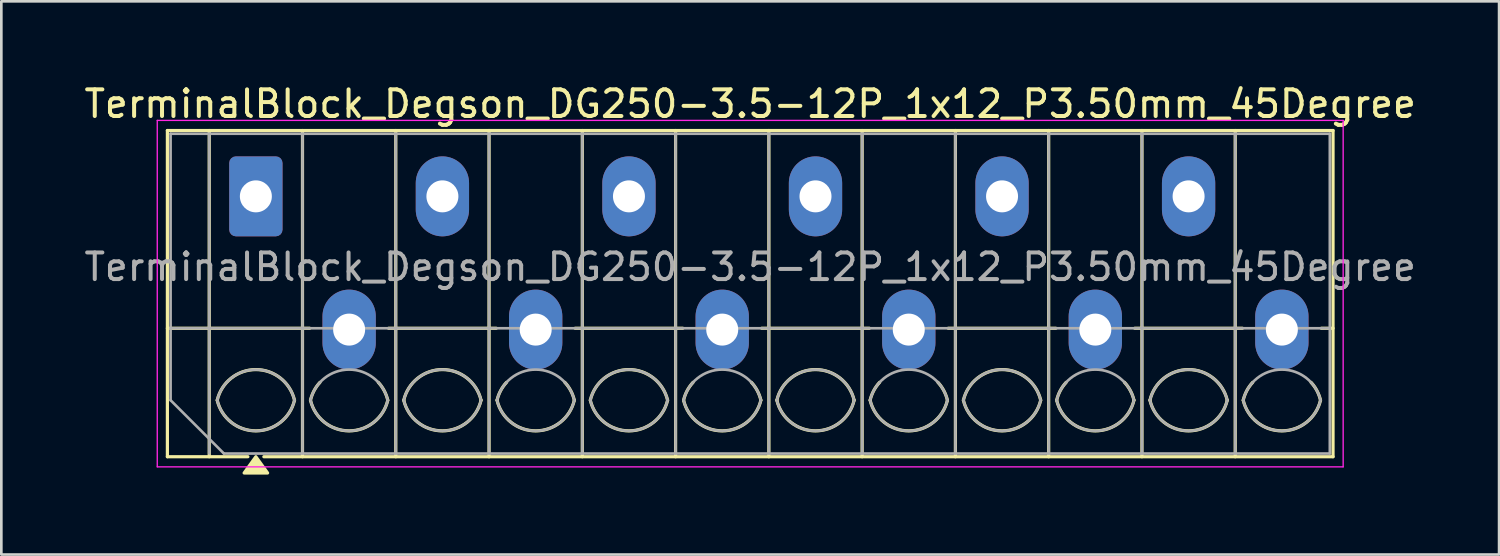
<source format=kicad_pcb>
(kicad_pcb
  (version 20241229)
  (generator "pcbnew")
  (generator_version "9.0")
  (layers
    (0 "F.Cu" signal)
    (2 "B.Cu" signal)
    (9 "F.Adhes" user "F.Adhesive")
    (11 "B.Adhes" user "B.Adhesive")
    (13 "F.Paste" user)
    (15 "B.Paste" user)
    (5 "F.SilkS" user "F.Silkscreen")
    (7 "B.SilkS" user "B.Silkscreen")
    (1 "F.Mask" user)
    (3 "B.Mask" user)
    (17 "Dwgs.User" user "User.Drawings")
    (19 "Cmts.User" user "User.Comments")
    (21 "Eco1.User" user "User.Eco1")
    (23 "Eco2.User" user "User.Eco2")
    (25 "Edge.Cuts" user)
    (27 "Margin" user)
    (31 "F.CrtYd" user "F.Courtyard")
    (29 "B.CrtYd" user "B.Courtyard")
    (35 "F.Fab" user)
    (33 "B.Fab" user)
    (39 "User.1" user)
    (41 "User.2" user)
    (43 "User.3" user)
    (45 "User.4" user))
  (footprint "TerminalBlock_Degson_DG250-3.5-12P_1x12_P3.50mm_45Degree"
    (layer "F.Cu")
    (at 6.551 4.318)
    (property "Reference" "TerminalBlock_Degson_DG250-3.5-12P_1x12_P3.50mm_45Degree" (at 18.55 -3.47 0) (layer "F.SilkS") (effects (font (size 1 1) (thickness 0.15))))
    (attr through_hole)
    (fp_line (start -3.32 -2.47) (end 40.42 -2.47) (stroke (width 0.12) (type solid)) (layer "F.SilkS"))
    (fp_line (start -3.32 4.95) (end 2.02 4.95) (stroke (width 0.12) (type solid)) (layer "F.SilkS"))
    (fp_line (start -3.32 9.77) (end -3.32 -2.47) (stroke (width 0.12) (type solid)) (layer "F.SilkS"))
    (fp_line (start -1.75 -2.47) (end -1.75 9.77) (stroke (width 0.12) (type solid)) (layer "F.SilkS"))
    (fp_line (start -0.3 9.77) (end -3.32 9.77) (stroke (width 0.12) (type solid)) (layer "F.SilkS"))
    (fp_line (start 1.75 -2.47) (end 1.75 9.77) (stroke (width 0.12) (type solid)) (layer "F.SilkS"))
    (fp_line (start 4.98 4.95) (end 9.02 4.95) (stroke (width 0.12) (type solid)) (layer "F.SilkS"))
    (fp_line (start 5.25 -2.47) (end 5.25 9.77) (stroke (width 0.12) (type solid)) (layer "F.SilkS"))
    (fp_line (start 8.75 -2.47) (end 8.75 9.77) (stroke (width 0.12) (type solid)) (layer "F.SilkS"))
    (fp_line (start 11.98 4.95) (end 16.02 4.95) (stroke (width 0.12) (type solid)) (layer "F.SilkS"))
    (fp_line (start 12.25 -2.47) (end 12.25 9.77) (stroke (width 0.12) (type solid)) (layer "F.SilkS"))
    (fp_line (start 15.75 -2.47) (end 15.75 9.77) (stroke (width 0.12) (type solid)) (layer "F.SilkS"))
    (fp_line (start 18.98 4.95) (end 23.02 4.95) (stroke (width 0.12) (type solid)) (layer "F.SilkS"))
    (fp_line (start 19.25 -2.47) (end 19.25 9.77) (stroke (width 0.12) (type solid)) (layer "F.SilkS"))
    (fp_line (start 22.75 -2.47) (end 22.75 9.77) (stroke (width 0.12) (type solid)) (layer "F.SilkS"))
    (fp_line (start 25.98 4.95) (end 30.02 4.95) (stroke (width 0.12) (type solid)) (layer "F.SilkS"))
    (fp_line (start 26.25 -2.47) (end 26.25 9.77) (stroke (width 0.12) (type solid)) (layer "F.SilkS"))
    (fp_line (start 29.75 -2.47) (end 29.75 9.77) (stroke (width 0.12) (type solid)) (layer "F.SilkS"))
    (fp_line (start 32.98 4.95) (end 37.02 4.95) (stroke (width 0.12) (type solid)) (layer "F.SilkS"))
    (fp_line (start 33.25 -2.47) (end 33.25 9.77) (stroke (width 0.12) (type solid)) (layer "F.SilkS"))
    (fp_line (start 36.75 -2.47) (end 36.75 9.77) (stroke (width 0.12) (type solid)) (layer "F.SilkS"))
    (fp_line (start 39.98 4.95) (end 40.42 4.95) (stroke (width 0.12) (type solid)) (layer "F.SilkS"))
    (fp_line (start 40.42 -2.47) (end 40.42 9.77) (stroke (width 0.12) (type solid)) (layer "F.SilkS"))
    (fp_line (start 40.42 9.77) (end 0.3 9.77) (stroke (width 0.12) (type solid)) (layer "F.SilkS"))
    (fp_arc (start -1.45 7.65) (mid 0 6.5) (end 1.45 7.65) (stroke (width 0.12) (type solid)) (layer "F.SilkS"))
    (fp_arc (start 1.45 7.65) (mid 0 8.8) (end -1.45 7.65) (stroke (width 0.12) (type solid)) (layer "F.SilkS"))
    (fp_arc (start 2.05 7.65) (mid 2.18402 7.291962) (end 2.405 6.98) (stroke (width 0.12) (type solid)) (layer "F.SilkS"))
    (fp_arc (start 4.595 6.98) (mid 4.81598 7.291962) (end 4.95 7.65) (stroke (width 0.12) (type solid)) (layer "F.SilkS"))
    (fp_arc (start 4.95 7.65) (mid 3.5 8.8) (end 2.05 7.65) (stroke (width 0.12) (type solid)) (layer "F.SilkS"))
    (fp_arc (start 5.55 7.65) (mid 7 6.5) (end 8.45 7.65) (stroke (width 0.12) (type solid)) (layer "F.SilkS"))
    (fp_arc (start 8.45 7.65) (mid 7 8.8) (end 5.55 7.65) (stroke (width 0.12) (type solid)) (layer "F.SilkS"))
    (fp_arc (start 9.05 7.65) (mid 9.18402 7.291962) (end 9.405 6.98) (stroke (width 0.12) (type solid)) (layer "F.SilkS"))
    (fp_arc (start 11.595 6.98) (mid 11.81598 7.291962) (end 11.95 7.65) (stroke (width 0.12) (type solid)) (layer "F.SilkS"))
    (fp_arc (start 11.95 7.65) (mid 10.5 8.8) (end 9.05 7.65) (stroke (width 0.12) (type solid)) (layer "F.SilkS"))
    (fp_arc (start 12.55 7.65) (mid 14 6.5) (end 15.45 7.65) (stroke (width 0.12) (type solid)) (layer "F.SilkS"))
    (fp_arc (start 15.45 7.65) (mid 14 8.8) (end 12.55 7.65) (stroke (width 0.12) (type solid)) (layer "F.SilkS"))
    (fp_arc (start 16.05 7.65) (mid 16.18402 7.291962) (end 16.405 6.98) (stroke (width 0.12) (type solid)) (layer "F.SilkS"))
    (fp_arc (start 18.595 6.98) (mid 18.81598 7.291962) (end 18.95 7.65) (stroke (width 0.12) (type solid)) (layer "F.SilkS"))
    (fp_arc (start 18.95 7.65) (mid 17.5 8.8) (end 16.05 7.65) (stroke (width 0.12) (type solid)) (layer "F.SilkS"))
    (fp_arc (start 19.55 7.65) (mid 21 6.5) (end 22.45 7.65) (stroke (width 0.12) (type solid)) (layer "F.SilkS"))
    (fp_arc (start 22.45 7.65) (mid 21 8.8) (end 19.55 7.65) (stroke (width 0.12) (type solid)) (layer "F.SilkS"))
    (fp_arc (start 23.05 7.65) (mid 23.18402 7.291962) (end 23.405 6.98) (stroke (width 0.12) (type solid)) (layer "F.SilkS"))
    (fp_arc (start 25.595 6.98) (mid 25.81598 7.291962) (end 25.95 7.65) (stroke (width 0.12) (type solid)) (layer "F.SilkS"))
    (fp_arc (start 25.95 7.65) (mid 24.5 8.8) (end 23.05 7.65) (stroke (width 0.12) (type solid)) (layer "F.SilkS"))
    (fp_arc (start 26.55 7.65) (mid 28 6.5) (end 29.45 7.65) (stroke (width 0.12) (type solid)) (layer "F.SilkS"))
    (fp_arc (start 29.45 7.65) (mid 28 8.8) (end 26.55 7.65) (stroke (width 0.12) (type solid)) (layer "F.SilkS"))
    (fp_arc (start 30.05 7.65) (mid 30.18402 7.291962) (end 30.405 6.98) (stroke (width 0.12) (type solid)) (layer "F.SilkS"))
    (fp_arc (start 32.595 6.98) (mid 32.81598 7.291962) (end 32.95 7.65) (stroke (width 0.12) (type solid)) (layer "F.SilkS"))
    (fp_arc (start 32.95 7.65) (mid 31.5 8.8) (end 30.05 7.65) (stroke (width 0.12) (type solid)) (layer "F.SilkS"))
    (fp_arc (start 33.55 7.65) (mid 35 6.5) (end 36.45 7.65) (stroke (width 0.12) (type solid)) (layer "F.SilkS"))
    (fp_arc (start 36.45 7.65) (mid 35 8.8) (end 33.55 7.65) (stroke (width 0.12) (type solid)) (layer "F.SilkS"))
    (fp_arc (start 37.05 7.65) (mid 37.18402 7.291962) (end 37.405 6.98) (stroke (width 0.12) (type solid)) (layer "F.SilkS"))
    (fp_arc (start 39.595 6.98) (mid 39.81598 7.291962) (end 39.95 7.65) (stroke (width 0.12) (type solid)) (layer "F.SilkS"))
    (fp_arc (start 39.95 7.65) (mid 38.5 8.8) (end 37.05 7.65) (stroke (width 0.12) (type solid)) (layer "F.SilkS"))
    (fp_poly (pts (xy 0 9.77) (xy 0.44 10.38) (xy -0.44 10.38)) (stroke (width 0.12) (type solid)) (fill yes) (layer "F.SilkS"))
    (fp_line (start -3.7 -2.85) (end -3.7 10.15) (stroke (width 0.05) (type solid)) (layer "F.CrtYd"))
    (fp_line (start -3.7 10.15) (end 40.8 10.15) (stroke (width 0.05) (type solid)) (layer "F.CrtYd"))
    (fp_line (start 40.8 -2.85) (end -3.7 -2.85) (stroke (width 0.05) (type solid)) (layer "F.CrtYd"))
    (fp_line (start 40.8 10.15) (end 40.8 -2.85) (stroke (width 0.05) (type solid)) (layer "F.CrtYd"))
    (fp_line (start -3.2 -2.35) (end 40.3 -2.35) (stroke (width 0.1) (type solid)) (layer "F.Fab"))
    (fp_line (start -3.2 4.95) (end 40.3 4.95) (stroke (width 0.1) (type solid)) (layer "F.Fab"))
    (fp_line (start -3.2 7.65) (end -3.2 -2.35) (stroke (width 0.1) (type solid)) (layer "F.Fab"))
    (fp_line (start -1.75 -2.35) (end -1.75 9.65) (stroke (width 0.1) (type solid)) (layer "F.Fab"))
    (fp_line (start -1.2 9.65) (end -3.2 7.65) (stroke (width 0.1) (type solid)) (layer "F.Fab"))
    (fp_line (start 1.75 -2.35) (end 1.75 9.65) (stroke (width 0.1) (type solid)) (layer "F.Fab"))
    (fp_line (start 5.25 -2.35) (end 5.25 9.65) (stroke (width 0.1) (type solid)) (layer "F.Fab"))
    (fp_line (start 8.75 -2.35) (end 8.75 9.65) (stroke (width 0.1) (type solid)) (layer "F.Fab"))
    (fp_line (start 12.25 -2.35) (end 12.25 9.65) (stroke (width 0.1) (type solid)) (layer "F.Fab"))
    (fp_line (start 15.75 -2.35) (end 15.75 9.65) (stroke (width 0.1) (type solid)) (layer "F.Fab"))
    (fp_line (start 19.25 -2.35) (end 19.25 9.65) (stroke (width 0.1) (type solid)) (layer "F.Fab"))
    (fp_line (start 22.75 -2.35) (end 22.75 9.65) (stroke (width 0.1) (type solid)) (layer "F.Fab"))
    (fp_line (start 26.25 -2.35) (end 26.25 9.65) (stroke (width 0.1) (type solid)) (layer "F.Fab"))
    (fp_line (start 29.75 -2.35) (end 29.75 9.65) (stroke (width 0.1) (type solid)) (layer "F.Fab"))
    (fp_line (start 33.25 -2.35) (end 33.25 9.65) (stroke (width 0.1) (type solid)) (layer "F.Fab"))
    (fp_line (start 36.75 -2.35) (end 36.75 9.65) (stroke (width 0.1) (type solid)) (layer "F.Fab"))
    (fp_line (start 40.3 -2.35) (end 40.3 9.65) (stroke (width 0.1) (type solid)) (layer "F.Fab"))
    (fp_line (start 40.3 9.65) (end -1.2 9.65) (stroke (width 0.1) (type solid)) (layer "F.Fab"))
    (fp_arc (start -1.45 7.65) (mid 0 6.5) (end 1.45 7.65) (stroke (width 0.1) (type solid)) (layer "F.Fab"))
    (fp_arc (start 1.45 7.65) (mid 0 8.8) (end -1.45 7.65) (stroke (width 0.1) (type solid)) (layer "F.Fab"))
    (fp_arc (start 2.05 7.65) (mid 3.5 6.5) (end 4.95 7.65) (stroke (width 0.1) (type solid)) (layer "F.Fab"))
    (fp_arc (start 4.95 7.65) (mid 3.5 8.8) (end 2.05 7.65) (stroke (width 0.1) (type solid)) (layer "F.Fab"))
    (fp_arc (start 5.55 7.65) (mid 7 6.5) (end 8.45 7.65) (stroke (width 0.1) (type solid)) (layer "F.Fab"))
    (fp_arc (start 8.45 7.65) (mid 7 8.8) (end 5.55 7.65) (stroke (width 0.1) (type solid)) (layer "F.Fab"))
    (fp_arc (start 9.05 7.65) (mid 10.5 6.5) (end 11.95 7.65) (stroke (width 0.1) (type solid)) (layer "F.Fab"))
    (fp_arc (start 11.95 7.65) (mid 10.5 8.8) (end 9.05 7.65) (stroke (width 0.1) (type solid)) (layer "F.Fab"))
    (fp_arc (start 12.55 7.65) (mid 14 6.5) (end 15.45 7.65) (stroke (width 0.1) (type solid)) (layer "F.Fab"))
    (fp_arc (start 15.45 7.65) (mid 14 8.8) (end 12.55 7.65) (stroke (width 0.1) (type solid)) (layer "F.Fab"))
    (fp_arc (start 16.05 7.65) (mid 17.5 6.5) (end 18.95 7.65) (stroke (width 0.1) (type solid)) (layer "F.Fab"))
    (fp_arc (start 18.95 7.65) (mid 17.5 8.8) (end 16.05 7.65) (stroke (width 0.1) (type solid)) (layer "F.Fab"))
    (fp_arc (start 19.55 7.65) (mid 21 6.5) (end 22.45 7.65) (stroke (width 0.1) (type solid)) (layer "F.Fab"))
    (fp_arc (start 22.45 7.65) (mid 21 8.8) (end 19.55 7.65) (stroke (width 0.1) (type solid)) (layer "F.Fab"))
    (fp_arc (start 23.05 7.65) (mid 24.5 6.5) (end 25.95 7.65) (stroke (width 0.1) (type solid)) (layer "F.Fab"))
    (fp_arc (start 25.95 7.65) (mid 24.5 8.8) (end 23.05 7.65) (stroke (width 0.1) (type solid)) (layer "F.Fab"))
    (fp_arc (start 26.55 7.65) (mid 28 6.5) (end 29.45 7.65) (stroke (width 0.1) (type solid)) (layer "F.Fab"))
    (fp_arc (start 29.45 7.65) (mid 28 8.8) (end 26.55 7.65) (stroke (width 0.1) (type solid)) (layer "F.Fab"))
    (fp_arc (start 30.05 7.65) (mid 31.5 6.5) (end 32.95 7.65) (stroke (width 0.1) (type solid)) (layer "F.Fab"))
    (fp_arc (start 32.95 7.65) (mid 31.5 8.8) (end 30.05 7.65) (stroke (width 0.1) (type solid)) (layer "F.Fab"))
    (fp_arc (start 33.55 7.65) (mid 35 6.5) (end 36.45 7.65) (stroke (width 0.1) (type solid)) (layer "F.Fab"))
    (fp_arc (start 36.45 7.65) (mid 35 8.8) (end 33.55 7.65) (stroke (width 0.1) (type solid)) (layer "F.Fab"))
    (fp_arc (start 37.05 7.65) (mid 38.5 6.5) (end 39.95 7.65) (stroke (width 0.1) (type solid)) (layer "F.Fab"))
    (fp_arc (start 39.95 7.65) (mid 38.5 8.8) (end 37.05 7.65) (stroke (width 0.1) (type solid)) (layer "F.Fab"))
    (fp_text user "${REFERENCE}" (at 18.55 2.65 0) (layer "F.Fab") (effects (font (size 1 1) (thickness 0.15))))
    (pad "1" thru_hole roundrect (at 0 0) (size 2 3) (drill 1.2) (layers "*.Cu" "*.Mask") (roundrect_rratio 0.125))
    (pad "2" thru_hole oval (at 3.5 5) (size 2 3) (drill 1.2) (layers "*.Cu" "*.Mask"))
    (pad "3" thru_hole oval (at 7 0) (size 2 3) (drill 1.2) (layers "*.Cu" "*.Mask"))
    (pad "4" thru_hole oval (at 10.5 5) (size 2 3) (drill 1.2) (layers "*.Cu" "*.Mask"))
    (pad "5" thru_hole oval (at 14 0) (size 2 3) (drill 1.2) (layers "*.Cu" "*.Mask"))
    (pad "6" thru_hole oval (at 17.5 5) (size 2 3) (drill 1.2) (layers "*.Cu" "*.Mask"))
    (pad "7" thru_hole oval (at 21 0) (size 2 3) (drill 1.2) (layers "*.Cu" "*.Mask"))
    (pad "8" thru_hole oval (at 24.5 5) (size 2 3) (drill 1.2) (layers "*.Cu" "*.Mask"))
    (pad "9" thru_hole oval (at 28 0) (size 2 3) (drill 1.2) (layers "*.Cu" "*.Mask"))
    (pad "10" thru_hole oval (at 31.5 5) (size 2 3) (drill 1.2) (layers "*.Cu" "*.Mask"))
    (pad "11" thru_hole oval (at 35 0) (size 2 3) (drill 1.2) (layers "*.Cu" "*.Mask"))
    (pad "12" thru_hole oval (at 38.5 5) (size 2 3) (drill 1.2) (layers "*.Cu" "*.Mask")))
  (gr_rect
    (start -3 -3)
    (end 53.202 17.758)
    (stroke (width 0.1) (type default))
    (fill no)
    (layer "Edge.Cuts")))
</source>
